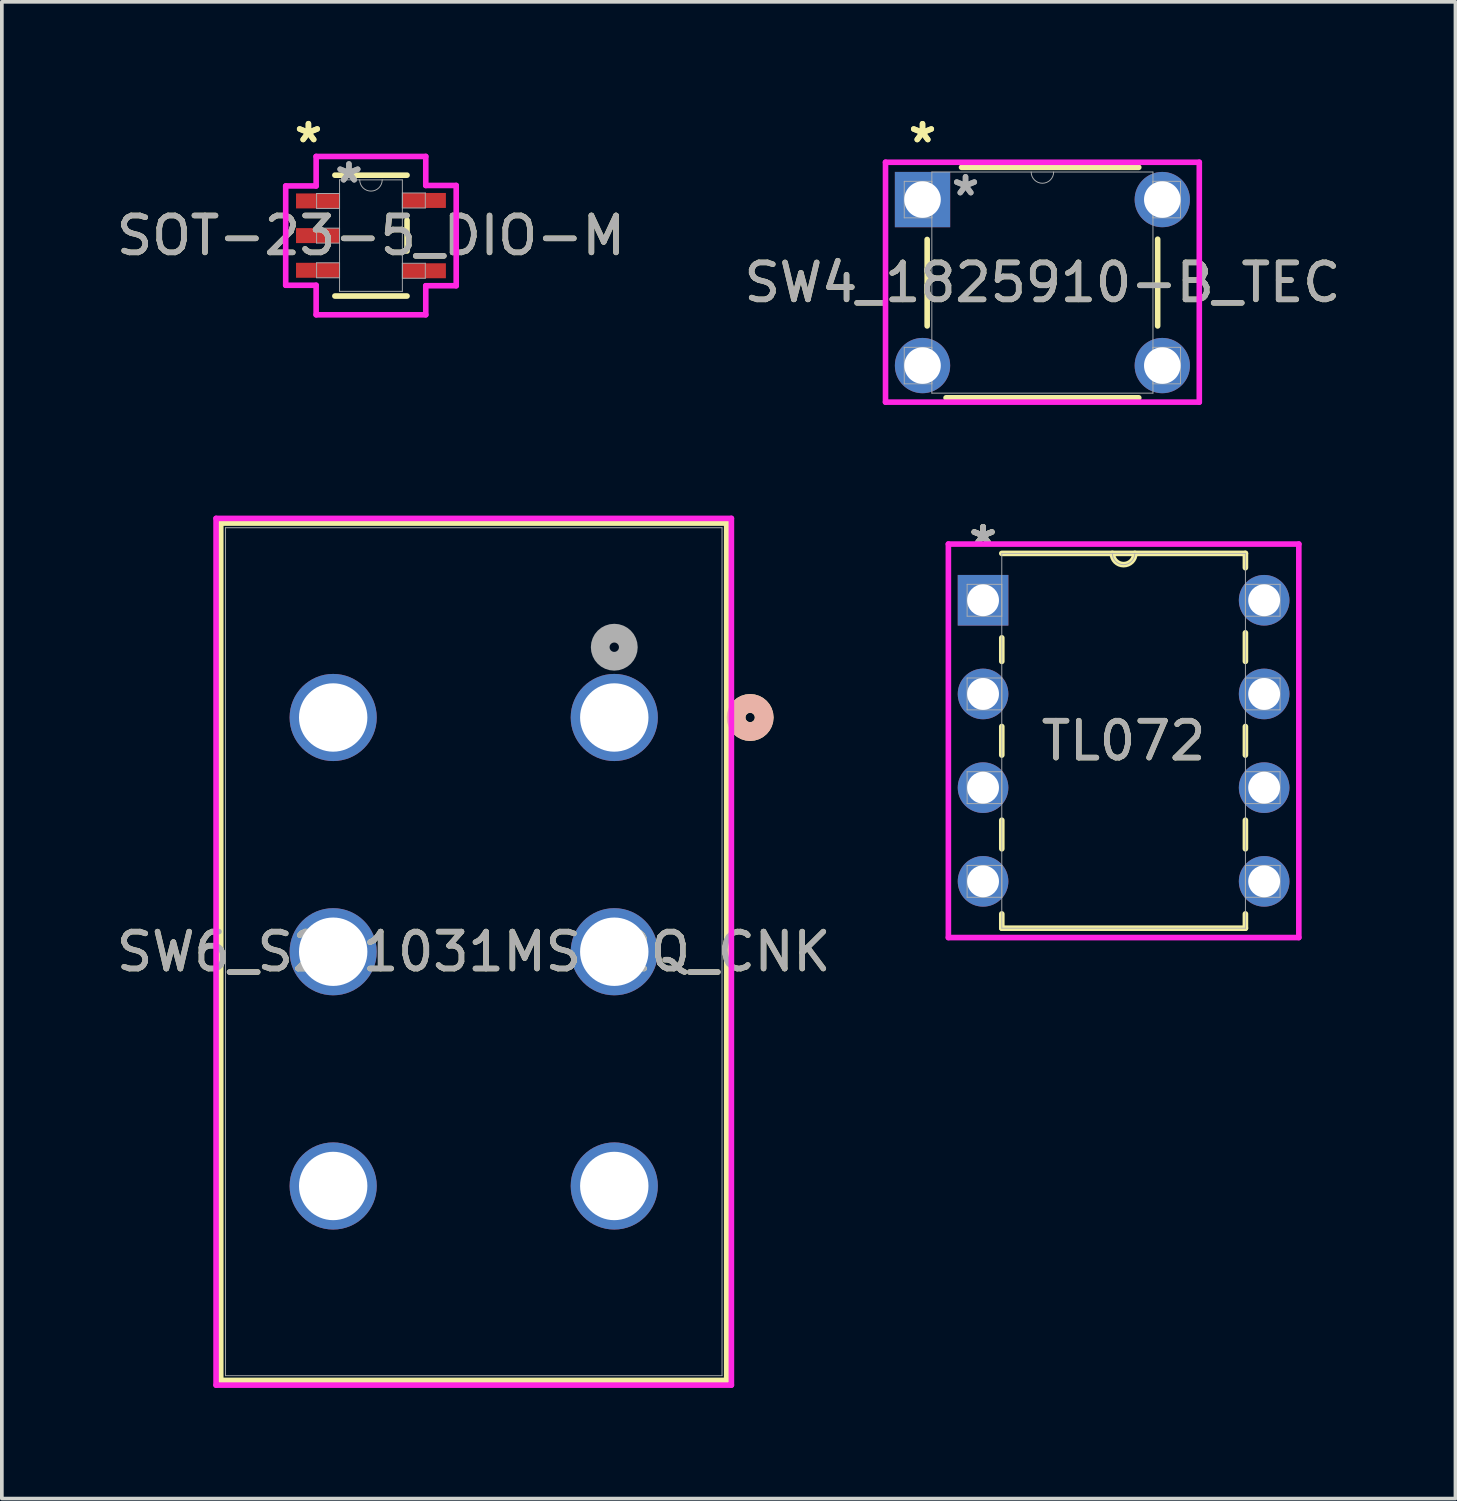
<source format=kicad_pcb>
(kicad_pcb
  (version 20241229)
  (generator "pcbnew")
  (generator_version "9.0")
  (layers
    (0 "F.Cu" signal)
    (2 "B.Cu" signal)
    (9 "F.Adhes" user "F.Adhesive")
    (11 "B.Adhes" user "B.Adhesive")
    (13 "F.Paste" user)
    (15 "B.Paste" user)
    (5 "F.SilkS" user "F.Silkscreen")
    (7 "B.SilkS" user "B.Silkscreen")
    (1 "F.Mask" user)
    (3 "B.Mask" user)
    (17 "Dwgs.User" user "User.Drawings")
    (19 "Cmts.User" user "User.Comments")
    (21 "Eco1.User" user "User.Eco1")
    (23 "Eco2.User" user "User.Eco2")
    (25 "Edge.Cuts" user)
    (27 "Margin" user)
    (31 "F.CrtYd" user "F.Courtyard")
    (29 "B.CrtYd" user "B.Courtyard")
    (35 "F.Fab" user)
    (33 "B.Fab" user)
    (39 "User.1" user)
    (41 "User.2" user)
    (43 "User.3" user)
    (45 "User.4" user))
  (footprint "TL072"
    (layer "F.Cu")
    (at 31.219 20.842)
    (property "Reference" "TL072" (at -3.81 -3.81 0) (unlocked yes) (layer "F.SilkS") (effects (font (size 1 1) (thickness 0.15))))
    (attr through_hole)
    (fp_line (start -7.112 -6.601) (end -7.112 -5.963) (stroke (width 0.152) (type solid)) (layer "F.SilkS"))
    (fp_line (start -7.112 -4.197) (end -7.112 -3.423) (stroke (width 0.152) (type solid)) (layer "F.SilkS"))
    (fp_line (start -7.112 -1.657) (end -7.112 -0.883) (stroke (width 0.152) (type solid)) (layer "F.SilkS"))
    (fp_line (start -7.112 0.883) (end -7.112 1.27) (stroke (width 0.152) (type solid)) (layer "F.SilkS"))
    (fp_line (start -7.112 1.27) (end -0.508 1.27) (stroke (width 0.152) (type solid)) (layer "F.SilkS"))
    (fp_line (start -0.508 -8.89) (end -7.112 -8.89) (stroke (width 0.152) (type solid)) (layer "F.SilkS"))
    (fp_line (start -0.508 -8.503) (end -0.508 -8.89) (stroke (width 0.152) (type solid)) (layer "F.SilkS"))
    (fp_line (start -0.508 -5.963) (end -0.508 -6.737) (stroke (width 0.152) (type solid)) (layer "F.SilkS"))
    (fp_line (start -0.508 -3.423) (end -0.508 -4.197) (stroke (width 0.152) (type solid)) (layer "F.SilkS"))
    (fp_line (start -0.508 -0.883) (end -0.508 -1.657) (stroke (width 0.152) (type solid)) (layer "F.SilkS"))
    (fp_line (start -0.508 1.27) (end -0.508 0.883) (stroke (width 0.152) (type solid)) (layer "F.SilkS"))
    (fp_arc (start -3.5052 -8.89) (mid -3.81 -8.5852) (end -4.1148 -8.89) (stroke (width 0.1524) (type solid)) (layer "F.SilkS"))
    (fp_line (start -8.56 -9.144) (end -8.56 1.524) (stroke (width 0.152) (type solid)) (layer "F.CrtYd"))
    (fp_line (start -8.56 1.524) (end 0.94 1.524) (stroke (width 0.152) (type solid)) (layer "F.CrtYd"))
    (fp_line (start 0.94 -9.144) (end -8.56 -9.144) (stroke (width 0.152) (type solid)) (layer "F.CrtYd"))
    (fp_line (start 0.94 1.524) (end 0.94 -9.144) (stroke (width 0.152) (type solid)) (layer "F.CrtYd"))
    (fp_line (start -8.052 -8.052) (end -8.052 -7.188) (stroke (width 0.025) (type solid)) (layer "F.Fab"))
    (fp_line (start -8.052 -7.188) (end -7.112 -7.188) (stroke (width 0.025) (type solid)) (layer "F.Fab"))
    (fp_line (start -8.052 -5.512) (end -8.052 -4.648) (stroke (width 0.025) (type solid)) (layer "F.Fab"))
    (fp_line (start -8.052 -4.648) (end -7.112 -4.648) (stroke (width 0.025) (type solid)) (layer "F.Fab"))
    (fp_line (start -8.052 -2.972) (end -8.052 -2.108) (stroke (width 0.025) (type solid)) (layer "F.Fab"))
    (fp_line (start -8.052 -2.108) (end -7.112 -2.108) (stroke (width 0.025) (type solid)) (layer "F.Fab"))
    (fp_line (start -8.052 -0.432) (end -8.052 0.432) (stroke (width 0.025) (type solid)) (layer "F.Fab"))
    (fp_line (start -8.052 0.432) (end -7.112 0.432) (stroke (width 0.025) (type solid)) (layer "F.Fab"))
    (fp_line (start -7.112 -8.89) (end -7.112 1.27) (stroke (width 0.025) (type solid)) (layer "F.Fab"))
    (fp_line (start -7.112 -8.052) (end -8.052 -8.052) (stroke (width 0.025) (type solid)) (layer "F.Fab"))
    (fp_line (start -7.112 -7.188) (end -7.112 -8.052) (stroke (width 0.025) (type solid)) (layer "F.Fab"))
    (fp_line (start -7.112 -5.512) (end -8.052 -5.512) (stroke (width 0.025) (type solid)) (layer "F.Fab"))
    (fp_line (start -7.112 -4.648) (end -7.112 -5.512) (stroke (width 0.025) (type solid)) (layer "F.Fab"))
    (fp_line (start -7.112 -2.972) (end -8.052 -2.972) (stroke (width 0.025) (type solid)) (layer "F.Fab"))
    (fp_line (start -7.112 -2.108) (end -7.112 -2.972) (stroke (width 0.025) (type solid)) (layer "F.Fab"))
    (fp_line (start -7.112 -0.432) (end -8.052 -0.432) (stroke (width 0.025) (type solid)) (layer "F.Fab"))
    (fp_line (start -7.112 0.432) (end -7.112 -0.432) (stroke (width 0.025) (type solid)) (layer "F.Fab"))
    (fp_line (start -7.112 1.27) (end -0.508 1.27) (stroke (width 0.025) (type solid)) (layer "F.Fab"))
    (fp_line (start -0.508 -8.89) (end -7.112 -8.89) (stroke (width 0.025) (type solid)) (layer "F.Fab"))
    (fp_line (start -0.508 -8.052) (end -0.508 -7.188) (stroke (width 0.025) (type solid)) (layer "F.Fab"))
    (fp_line (start -0.508 -7.188) (end 0.432 -7.188) (stroke (width 0.025) (type solid)) (layer "F.Fab"))
    (fp_line (start -0.508 -5.512) (end -0.508 -4.648) (stroke (width 0.025) (type solid)) (layer "F.Fab"))
    (fp_line (start -0.508 -4.648) (end 0.432 -4.648) (stroke (width 0.025) (type solid)) (layer "F.Fab"))
    (fp_line (start -0.508 -2.972) (end -0.508 -2.108) (stroke (width 0.025) (type solid)) (layer "F.Fab"))
    (fp_line (start -0.508 -2.108) (end 0.432 -2.108) (stroke (width 0.025) (type solid)) (layer "F.Fab"))
    (fp_line (start -0.508 -0.432) (end -0.508 0.432) (stroke (width 0.025) (type solid)) (layer "F.Fab"))
    (fp_line (start -0.508 0.432) (end 0.432 0.432) (stroke (width 0.025) (type solid)) (layer "F.Fab"))
    (fp_line (start -0.508 1.27) (end -0.508 -8.89) (stroke (width 0.025) (type solid)) (layer "F.Fab"))
    (fp_line (start 0.432 -8.052) (end -0.508 -8.052) (stroke (width 0.025) (type solid)) (layer "F.Fab"))
    (fp_line (start 0.432 -7.188) (end 0.432 -8.052) (stroke (width 0.025) (type solid)) (layer "F.Fab"))
    (fp_line (start 0.432 -5.512) (end -0.508 -5.512) (stroke (width 0.025) (type solid)) (layer "F.Fab"))
    (fp_line (start 0.432 -4.648) (end 0.432 -5.512) (stroke (width 0.025) (type solid)) (layer "F.Fab"))
    (fp_line (start 0.432 -2.972) (end -0.508 -2.972) (stroke (width 0.025) (type solid)) (layer "F.Fab"))
    (fp_line (start 0.432 -2.108) (end 0.432 -2.972) (stroke (width 0.025) (type solid)) (layer "F.Fab"))
    (fp_line (start 0.432 -0.432) (end -0.508 -0.432) (stroke (width 0.025) (type solid)) (layer "F.Fab"))
    (fp_line (start 0.432 0.432) (end 0.432 -0.432) (stroke (width 0.025) (type solid)) (layer "F.Fab"))
    (fp_arc (start -3.5052 -8.89) (mid -3.81 -8.5852) (end -4.1148 -8.89) (stroke (width 0.0254) (type solid)) (layer "F.Fab"))
    (fp_text user "*" (at -7.62 -9.068 0) (layer "F.SilkS") (effects (font (size 1 1) (thickness 0.15))))
    (fp_text user "*" (at -7.62 -9.068 0) (unlocked yes) (layer "F.SilkS") (effects (font (size 1 1) (thickness 0.15))))
    (fp_text user "*" (at -7.62 -9.068 0) (layer "F.Fab") (effects (font (size 1 1) (thickness 0.15))))
    (fp_text user "*" (at -7.62 -9.068 0) (unlocked yes) (layer "F.Fab") (effects (font (size 1 1) (thickness 0.15))))
    (fp_text user "${REFERENCE}" (at -3.81 -3.81 0) (unlocked yes) (layer "F.Fab") (effects (font (size 1 1) (thickness 0.15))))
    (pad "1" thru_hole rect (at -7.62 -7.62) (size 1.372 1.372) (drill 0.864) (layers "*.Cu" "*.Mask"))
    (pad "2" thru_hole circle (at -7.62 -5.08) (size 1.372 1.372) (drill 0.864) (layers "*.Cu" "*.Mask"))
    (pad "3" thru_hole circle (at -7.62 -2.54) (size 1.372 1.372) (drill 0.864) (layers "*.Cu" "*.Mask"))
    (pad "4" thru_hole circle (at -7.62 0) (size 1.372 1.372) (drill 0.864) (layers "*.Cu" "*.Mask"))
    (pad "5" thru_hole circle (at 0 0) (size 1.372 1.372) (drill 0.864) (layers "*.Cu" "*.Mask"))
    (pad "6" thru_hole circle (at 0 -2.54) (size 1.372 1.372) (drill 0.864) (layers "*.Cu" "*.Mask"))
    (pad "7" thru_hole circle (at 0 -5.08) (size 1.372 1.372) (drill 0.864) (layers "*.Cu" "*.Mask"))
    (pad "8" thru_hole circle (at 0 -7.62) (size 1.372 1.372) (drill 0.864) (layers "*.Cu" "*.Mask")))
  (footprint "SOT-23-5_DIO-M"
    (layer "F.Cu")
    (at 7.006 3.337)
    (property "Reference" "SOT-23-5_DIO-M" (at 0 0 0) (unlocked yes) (layer "F.SilkS") (effects (font (size 1 1) (thickness 0.15))))
    (attr smd)
    (fp_line (start -0.978 1.638) (end 0.978 1.638) (stroke (width 0.152) (type solid)) (layer "F.SilkS"))
    (fp_line (start 0.978 -1.638) (end -0.978 -1.638) (stroke (width 0.152) (type solid)) (layer "F.SilkS"))
    (fp_line (start 0.978 0.417) (end 0.978 -0.417) (stroke (width 0.152) (type solid)) (layer "F.SilkS"))
    (fp_line (start -2.311 -1.346) (end -1.486 -1.346) (stroke (width 0.152) (type solid)) (layer "F.CrtYd"))
    (fp_line (start -2.311 1.346) (end -2.311 -1.346) (stroke (width 0.152) (type solid)) (layer "F.CrtYd"))
    (fp_line (start -1.486 -2.146) (end 1.486 -2.146) (stroke (width 0.152) (type solid)) (layer "F.CrtYd"))
    (fp_line (start -1.486 -1.346) (end -1.486 -2.146) (stroke (width 0.152) (type solid)) (layer "F.CrtYd"))
    (fp_line (start -1.486 1.346) (end -2.311 1.346) (stroke (width 0.152) (type solid)) (layer "F.CrtYd"))
    (fp_line (start -1.486 2.146) (end -1.486 1.346) (stroke (width 0.152) (type solid)) (layer "F.CrtYd"))
    (fp_line (start 1.486 -2.146) (end 1.486 -1.359) (stroke (width 0.152) (type solid)) (layer "F.CrtYd"))
    (fp_line (start 1.486 -1.359) (end 2.311 -1.359) (stroke (width 0.152) (type solid)) (layer "F.CrtYd"))
    (fp_line (start 1.486 1.359) (end 1.486 2.146) (stroke (width 0.152) (type solid)) (layer "F.CrtYd"))
    (fp_line (start 1.486 2.146) (end -1.486 2.146) (stroke (width 0.152) (type solid)) (layer "F.CrtYd"))
    (fp_line (start 2.311 -1.359) (end 2.311 1.359) (stroke (width 0.152) (type solid)) (layer "F.CrtYd"))
    (fp_line (start 2.311 1.359) (end 1.486 1.359) (stroke (width 0.152) (type solid)) (layer "F.CrtYd"))
    (fp_line (start -1.473 -1.143) (end -1.473 -0.737) (stroke (width 0.025) (type solid)) (layer "F.Fab"))
    (fp_line (start -1.473 -0.737) (end -0.851 -0.737) (stroke (width 0.025) (type solid)) (layer "F.Fab"))
    (fp_line (start -1.473 -0.203) (end -1.473 0.203) (stroke (width 0.025) (type solid)) (layer "F.Fab"))
    (fp_line (start -1.473 0.203) (end -0.851 0.203) (stroke (width 0.025) (type solid)) (layer "F.Fab"))
    (fp_line (start -1.473 0.737) (end -1.473 1.143) (stroke (width 0.025) (type solid)) (layer "F.Fab"))
    (fp_line (start -1.473 1.143) (end -0.851 1.143) (stroke (width 0.025) (type solid)) (layer "F.Fab"))
    (fp_line (start -0.851 -1.511) (end -0.851 1.511) (stroke (width 0.025) (type solid)) (layer "F.Fab"))
    (fp_line (start -0.851 -1.143) (end -1.473 -1.143) (stroke (width 0.025) (type solid)) (layer "F.Fab"))
    (fp_line (start -0.851 -0.737) (end -0.851 -1.143) (stroke (width 0.025) (type solid)) (layer "F.Fab"))
    (fp_line (start -0.851 -0.203) (end -1.473 -0.203) (stroke (width 0.025) (type solid)) (layer "F.Fab"))
    (fp_line (start -0.851 0.203) (end -0.851 -0.203) (stroke (width 0.025) (type solid)) (layer "F.Fab"))
    (fp_line (start -0.851 0.737) (end -1.473 0.737) (stroke (width 0.025) (type solid)) (layer "F.Fab"))
    (fp_line (start -0.851 1.143) (end -0.851 0.737) (stroke (width 0.025) (type solid)) (layer "F.Fab"))
    (fp_line (start -0.851 1.511) (end 0.851 1.511) (stroke (width 0.025) (type solid)) (layer "F.Fab"))
    (fp_line (start 0.851 -1.511) (end -0.851 -1.511) (stroke (width 0.025) (type solid)) (layer "F.Fab"))
    (fp_line (start 0.851 -1.156) (end 0.851 -0.749) (stroke (width 0.025) (type solid)) (layer "F.Fab"))
    (fp_line (start 0.851 -0.749) (end 1.473 -0.749) (stroke (width 0.025) (type solid)) (layer "F.Fab"))
    (fp_line (start 0.851 0.749) (end 0.851 1.156) (stroke (width 0.025) (type solid)) (layer "F.Fab"))
    (fp_line (start 0.851 1.156) (end 1.473 1.156) (stroke (width 0.025) (type solid)) (layer "F.Fab"))
    (fp_line (start 0.851 1.511) (end 0.851 -1.511) (stroke (width 0.025) (type solid)) (layer "F.Fab"))
    (fp_line (start 1.473 -1.156) (end 0.851 -1.156) (stroke (width 0.025) (type solid)) (layer "F.Fab"))
    (fp_line (start 1.473 -0.749) (end 1.473 -1.156) (stroke (width 0.025) (type solid)) (layer "F.Fab"))
    (fp_line (start 1.473 0.749) (end 0.851 0.749) (stroke (width 0.025) (type solid)) (layer "F.Fab"))
    (fp_line (start 1.473 1.156) (end 1.473 0.749) (stroke (width 0.025) (type solid)) (layer "F.Fab"))
    (fp_arc (start 0.3048 -1.5113) (mid 0 -1.2065) (end -0.3048 -1.5113) (stroke (width 0.0254) (type solid)) (layer "F.Fab"))
    (fp_text user "*" (at -1.695 -2.489 0) (layer "F.SilkS") (effects (font (size 1 1) (thickness 0.15))))
    (fp_text user "*" (at -1.695 -2.489 0) (unlocked yes) (layer "F.SilkS") (effects (font (size 1 1) (thickness 0.15))))
    (fp_text user "*" (at -0.597 -1.397 0) (unlocked yes) (layer "F.Fab") (effects (font (size 1 1) (thickness 0.15))))
    (fp_text user "*" (at -0.597 -1.397 0) (layer "F.Fab") (effects (font (size 1 1) (thickness 0.15))))
    (fp_text user "${REFERENCE}" (at 0 0 0) (unlocked yes) (layer "F.Fab") (effects (font (size 1 1) (thickness 0.15))))
    (pad "1" smd rect (at -1.441 -0.94) (size 1.181 0.406) (layers "F.Cu" "F.Mask" "F.Paste"))
    (pad "2" smd rect (at -1.441 0) (size 1.181 0.406) (layers "F.Cu" "F.Mask" "F.Paste"))
    (pad "3" smd rect (at -1.441 0.94) (size 1.181 0.406) (layers "F.Cu" "F.Mask" "F.Paste"))
    (pad "4" smd rect (at 1.441 0.953) (size 1.181 0.406) (layers "F.Cu" "F.Mask" "F.Paste"))
    (pad "5" smd rect (at 1.441 -0.953) (size 1.181 0.406) (layers "F.Cu" "F.Mask" "F.Paste")))
  (footprint "SW6_S201031MS02Q_CNK"
    (layer "F.Cu")
    (at 13.602 16.4)
    (property "Reference" "SW6_S201031MS02Q_CNK" (at -3.81 6.35 0) (unlocked yes) (layer "F.SilkS") (effects (font (size 1 1) (thickness 0.15))))
    (attr through_hole)
    (fp_line (start -10.668 -5.271) (end -10.668 17.971) (stroke (width 0.152) (type solid)) (layer "F.SilkS"))
    (fp_line (start -10.668 17.971) (end 3.048 17.971) (stroke (width 0.152) (type solid)) (layer "F.SilkS"))
    (fp_line (start 3.048 -5.271) (end -10.668 -5.271) (stroke (width 0.152) (type solid)) (layer "F.SilkS"))
    (fp_line (start 3.048 17.971) (end 3.048 -5.271) (stroke (width 0.152) (type solid)) (layer "F.SilkS"))
    (fp_circle (center 3.683 0) (end 4.064 0) (stroke (width 0.508) (type solid)) (fill no) (layer "F.SilkS"))
    (fp_circle (center 3.683 0) (end 4.064 0) (stroke (width 0.508) (type solid)) (fill no) (layer "B.SilkS"))
    (fp_line (start -10.795 -5.397) (end -10.795 18.098) (stroke (width 0.152) (type solid)) (layer "F.CrtYd"))
    (fp_line (start -10.795 18.098) (end 3.175 18.098) (stroke (width 0.152) (type solid)) (layer "F.CrtYd"))
    (fp_line (start 3.175 -5.397) (end -10.795 -5.397) (stroke (width 0.152) (type solid)) (layer "F.CrtYd"))
    (fp_line (start 3.175 18.098) (end 3.175 -5.397) (stroke (width 0.152) (type solid)) (layer "F.CrtYd"))
    (fp_line (start -10.541 -5.144) (end -10.541 17.843) (stroke (width 0.025) (type solid)) (layer "F.Fab"))
    (fp_line (start -10.541 17.843) (end 2.921 17.843) (stroke (width 0.025) (type solid)) (layer "F.Fab"))
    (fp_line (start 2.921 -5.144) (end -10.541 -5.144) (stroke (width 0.025) (type solid)) (layer "F.Fab"))
    (fp_line (start 2.921 17.843) (end 2.921 -5.144) (stroke (width 0.025) (type solid)) (layer "F.Fab"))
    (fp_circle (center 0 -1.905) (end 0.381 -1.905) (stroke (width 0.508) (type solid)) (fill no) (layer "F.Fab"))
    (fp_text user "${REFERENCE}" (at -3.81 6.35 0) (unlocked yes) (layer "F.Fab") (effects (font (size 1 1) (thickness 0.15))))
    (pad "1" thru_hole circle (at 0 0) (size 2.362 2.362) (drill 1.854) (layers "*.Cu" "*.Mask"))
    (pad "2" thru_hole circle (at 0 6.35) (size 2.362 2.362) (drill 1.854) (layers "*.Cu" "*.Mask"))
    (pad "3" thru_hole circle (at 0 12.7) (size 2.362 2.362) (drill 1.854) (layers "*.Cu" "*.Mask"))
    (pad "4" thru_hole circle (at -7.62 0) (size 2.362 2.362) (drill 1.854) (layers "*.Cu" "*.Mask"))
    (pad "5" thru_hole circle (at -7.62 6.35) (size 2.362 2.362) (drill 1.854) (layers "*.Cu" "*.Mask"))
    (pad "6" thru_hole circle (at -7.62 12.7) (size 2.362 2.362) (drill 1.854) (layers "*.Cu" "*.Mask")))
  (footprint "SW4_1825910-B_TEC"
    (layer "F.Cu")
    (at 28.458 6.86)
    (property "Reference" "SW4_1825910-B_TEC" (at -3.25 -2.25 0) (unlocked yes) (layer "F.SilkS") (effects (font (size 1 1) (thickness 0.15))))
    (attr through_hole)
    (fp_line (start -6.374 -3.418) (end -6.374 -1.075) (stroke (width 0.152) (type solid)) (layer "F.SilkS"))
    (fp_line (start -5.862 0.874) (end -0.638 0.874) (stroke (width 0.152) (type solid)) (layer "F.SilkS"))
    (fp_line (start -0.638 -5.374) (end -5.442 -5.374) (stroke (width 0.152) (type solid)) (layer "F.SilkS"))
    (fp_line (start -0.126 -1.075) (end -0.126 -3.425) (stroke (width 0.152) (type solid)) (layer "F.SilkS"))
    (fp_line (start -7.503 -5.512) (end 1.003 -5.512) (stroke (width 0.152) (type solid)) (layer "F.CrtYd"))
    (fp_line (start -7.503 0.991) (end -7.503 -5.512) (stroke (width 0.152) (type solid)) (layer "F.CrtYd"))
    (fp_line (start 1.003 -5.512) (end 1.003 0.991) (stroke (width 0.152) (type solid)) (layer "F.CrtYd"))
    (fp_line (start 1.003 0.991) (end -7.503 0.991) (stroke (width 0.152) (type solid)) (layer "F.CrtYd"))
    (fp_line (start -6.995 -4.995) (end -6.995 -4.005) (stroke (width 0.025) (type solid)) (layer "F.Fab"))
    (fp_line (start -6.995 -4.005) (end -6.247 -4.005) (stroke (width 0.025) (type solid)) (layer "F.Fab"))
    (fp_line (start -6.995 -0.495) (end -6.995 0.495) (stroke (width 0.025) (type solid)) (layer "F.Fab"))
    (fp_line (start -6.995 0.495) (end -6.247 0.495) (stroke (width 0.025) (type solid)) (layer "F.Fab"))
    (fp_line (start -6.247 -5.247) (end -6.247 0.747) (stroke (width 0.025) (type solid)) (layer "F.Fab"))
    (fp_line (start -6.247 -4.995) (end -6.995 -4.995) (stroke (width 0.025) (type solid)) (layer "F.Fab"))
    (fp_line (start -6.247 -4.005) (end -6.247 -4.995) (stroke (width 0.025) (type solid)) (layer "F.Fab"))
    (fp_line (start -6.247 -0.495) (end -6.995 -0.495) (stroke (width 0.025) (type solid)) (layer "F.Fab"))
    (fp_line (start -6.247 0.495) (end -6.247 -0.495) (stroke (width 0.025) (type solid)) (layer "F.Fab"))
    (fp_line (start -6.247 0.747) (end -0.253 0.747) (stroke (width 0.025) (type solid)) (layer "F.Fab"))
    (fp_line (start -0.253 -5.247) (end -6.247 -5.247) (stroke (width 0.025) (type solid)) (layer "F.Fab"))
    (fp_line (start -0.253 -4.995) (end -0.253 -4.005) (stroke (width 0.025) (type solid)) (layer "F.Fab"))
    (fp_line (start -0.253 -4.005) (end 0.495 -4.005) (stroke (width 0.025) (type solid)) (layer "F.Fab"))
    (fp_line (start -0.253 -0.495) (end -0.253 0.495) (stroke (width 0.025) (type solid)) (layer "F.Fab"))
    (fp_line (start -0.253 0.495) (end 0.495 0.495) (stroke (width 0.025) (type solid)) (layer "F.Fab"))
    (fp_line (start -0.253 0.747) (end -0.253 -5.247) (stroke (width 0.025) (type solid)) (layer "F.Fab"))
    (fp_line (start 0.495 -4.995) (end -0.253 -4.995) (stroke (width 0.025) (type solid)) (layer "F.Fab"))
    (fp_line (start 0.495 -4.005) (end 0.495 -4.995) (stroke (width 0.025) (type solid)) (layer "F.Fab"))
    (fp_line (start 0.495 -0.495) (end -0.253 -0.495) (stroke (width 0.025) (type solid)) (layer "F.Fab"))
    (fp_line (start 0.495 0.495) (end 0.495 -0.495) (stroke (width 0.025) (type solid)) (layer "F.Fab"))
    (fp_arc (start -2.9452 -5.247201) (mid -3.25 -4.942401) (end -3.5548 -5.247201) (stroke (width 0.0254) (type solid)) (layer "F.Fab"))
    (fp_text user "*" (at -6.5 -6.011 0) (unlocked yes) (layer "F.SilkS") (effects (font (size 1 1) (thickness 0.15))))
    (fp_text user "*" (at -6.5 -6.011 0) (layer "F.SilkS") (effects (font (size 1 1) (thickness 0.15))))
    (fp_text user "${REFERENCE}" (at -3.25 -2.25 0) (unlocked yes) (layer "F.Fab") (effects (font (size 1 1) (thickness 0.15))))
    (fp_text user "*" (at -5.334 -4.572 0) (layer "F.Fab") (effects (font (size 1 1) (thickness 0.15))))
    (fp_text user "*" (at -5.334 -4.572 0) (unlocked yes) (layer "F.Fab") (effects (font (size 1 1) (thickness 0.15))))
    (pad "1" thru_hole rect (at -6.5 -4.5) (size 1.499 1.499) (drill 0.991) (layers "*.Cu" "*.Mask"))
    (pad "2" thru_hole circle (at 0 -4.5) (size 1.499 1.499) (drill 0.991) (layers "*.Cu" "*.Mask"))
    (pad "3" thru_hole circle (at -6.5 0) (size 1.499 1.499) (drill 0.991) (layers "*.Cu" "*.Mask"))
    (pad "4" thru_hole circle (at 0 0) (size 1.499 1.499) (drill 0.991) (layers "*.Cu" "*.Mask")))
  (gr_rect
    (start -3 -3)
    (end 36.405 37.574)
    (stroke (width 0.1) (type default))
    (fill no)
    (layer "Edge.Cuts")))
</source>
